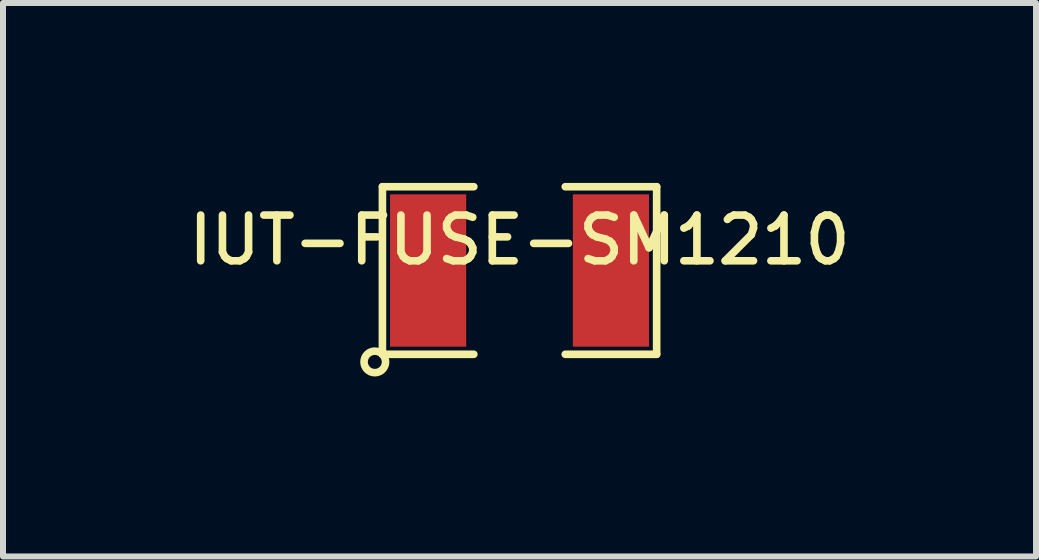
<source format=kicad_pcb>
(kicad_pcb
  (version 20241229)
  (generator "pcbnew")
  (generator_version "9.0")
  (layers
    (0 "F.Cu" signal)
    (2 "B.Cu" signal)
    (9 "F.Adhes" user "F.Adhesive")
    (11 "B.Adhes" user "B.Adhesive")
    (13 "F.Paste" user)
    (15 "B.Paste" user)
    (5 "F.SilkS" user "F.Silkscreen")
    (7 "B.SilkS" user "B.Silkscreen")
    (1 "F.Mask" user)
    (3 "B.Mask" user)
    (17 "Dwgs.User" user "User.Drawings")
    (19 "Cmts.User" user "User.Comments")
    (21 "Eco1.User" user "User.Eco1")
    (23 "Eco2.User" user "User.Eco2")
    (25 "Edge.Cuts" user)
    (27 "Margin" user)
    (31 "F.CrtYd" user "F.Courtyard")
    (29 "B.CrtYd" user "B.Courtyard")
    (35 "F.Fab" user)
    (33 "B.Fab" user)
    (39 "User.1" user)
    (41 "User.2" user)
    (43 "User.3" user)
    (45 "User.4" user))
  (footprint "IUT-FUSE-SM1210"
    (layer "F.Cu")
    (at 5.612 1.46)
    (property "Reference" "IUT-FUSE-SM1210" (at 0 -0.508 0) (layer "F.SilkS") (effects (font (size 0.762 0.762) (thickness 0.127))))
    (attr smd)
    (fp_line (start -2.286 -1.397) (end -2.286 1.397) (stroke (width 0.127) (type solid)) (layer "F.SilkS"))
    (fp_line (start -2.286 1.397) (end -0.762 1.397) (stroke (width 0.127) (type solid)) (layer "F.SilkS"))
    (fp_line (start -0.762 -1.397) (end -2.286 -1.397) (stroke (width 0.127) (type solid)) (layer "F.SilkS"))
    (fp_line (start 0.762 1.397) (end 2.286 1.397) (stroke (width 0.127) (type solid)) (layer "F.SilkS"))
    (fp_line (start 2.286 -1.397) (end 0.762 -1.397) (stroke (width 0.127) (type solid)) (layer "F.SilkS"))
    (fp_line (start 2.286 1.397) (end 2.286 -1.397) (stroke (width 0.127) (type solid)) (layer "F.SilkS"))
    (fp_circle (center -2.413 1.524) (end -2.286 1.397) (stroke (width 0.127) (type solid)) (fill no) (layer "F.SilkS"))
    (pad "1" smd rect (at -1.524 0) (size 1.27 2.54) (layers "F.Cu" "F.Mask" "F.Paste"))
    (pad "2" smd rect (at 1.524 0) (size 1.27 2.54) (layers "F.Cu" "F.Mask" "F.Paste")))
  (gr_rect
    (start -3 -3)
    (end 14.223 6.228)
    (stroke (width 0.1) (type default))
    (fill no)
    (layer "Edge.Cuts")))
</source>
